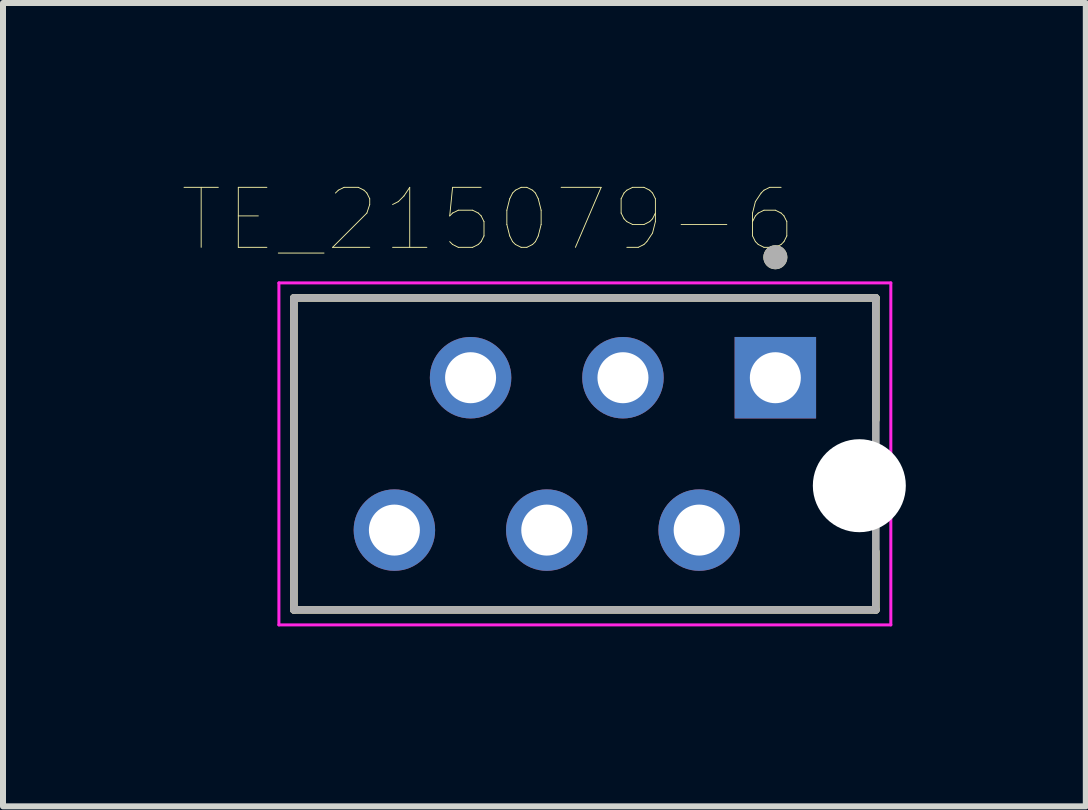
<source format=kicad_pcb>
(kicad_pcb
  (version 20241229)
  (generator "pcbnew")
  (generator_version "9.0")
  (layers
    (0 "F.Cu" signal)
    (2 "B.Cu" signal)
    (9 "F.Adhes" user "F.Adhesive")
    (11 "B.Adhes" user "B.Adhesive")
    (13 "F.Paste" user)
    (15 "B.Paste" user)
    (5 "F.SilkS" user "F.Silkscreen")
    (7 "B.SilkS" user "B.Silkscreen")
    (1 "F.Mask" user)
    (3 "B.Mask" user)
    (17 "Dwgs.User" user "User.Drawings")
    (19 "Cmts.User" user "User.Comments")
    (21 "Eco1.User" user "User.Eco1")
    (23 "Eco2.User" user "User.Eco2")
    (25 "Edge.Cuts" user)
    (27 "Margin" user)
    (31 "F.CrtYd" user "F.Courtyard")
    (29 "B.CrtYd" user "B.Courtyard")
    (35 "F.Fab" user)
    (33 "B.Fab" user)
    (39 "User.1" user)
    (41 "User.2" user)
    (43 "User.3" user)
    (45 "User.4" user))
  (footprint "TE_215079-6"
    (layer "F.Cu")
    (at 9.874 3.246)
    (property "Reference" "TE_215079-6" (at -4.785 -2.635 0) (layer "F.SilkS") (effects (font (size 1 1) (thickness 0.015))))
    (attr through_hole)
    (fp_line (start -8.025 -1.33) (end 1.675 -1.33) (stroke (width 0.127) (type solid)) (layer "F.SilkS"))
    (fp_line (start -8.025 3.87) (end -8.025 -1.33) (stroke (width 0.127) (type solid)) (layer "F.SilkS"))
    (fp_line (start 1.675 -1.33) (end 1.675 0.7) (stroke (width 0.127) (type solid)) (layer "F.SilkS"))
    (fp_line (start 1.675 2.9) (end 1.675 3.87) (stroke (width 0.127) (type solid)) (layer "F.SilkS"))
    (fp_line (start 1.675 3.87) (end -8.025 3.87) (stroke (width 0.127) (type solid)) (layer "F.SilkS"))
    (fp_circle (center 0 -2.008) (end 0.1 -2.008) (stroke (width 0.2) (type solid)) (fill no) (layer "F.SilkS"))
    (fp_line (start -8.275 -1.58) (end 1.925 -1.58) (stroke (width 0.05) (type solid)) (layer "F.CrtYd"))
    (fp_line (start -8.275 4.12) (end -8.275 -1.58) (stroke (width 0.05) (type solid)) (layer "F.CrtYd"))
    (fp_line (start 1.925 -1.58) (end 1.925 4.12) (stroke (width 0.05) (type solid)) (layer "F.CrtYd"))
    (fp_line (start 1.925 4.12) (end -8.275 4.12) (stroke (width 0.05) (type solid)) (layer "F.CrtYd"))
    (fp_line (start -8.025 -1.33) (end 1.675 -1.33) (stroke (width 0.127) (type solid)) (layer "F.Fab"))
    (fp_line (start -8.025 3.87) (end -8.025 -1.33) (stroke (width 0.127) (type solid)) (layer "F.Fab"))
    (fp_line (start 1.675 -1.33) (end 1.675 3.87) (stroke (width 0.127) (type solid)) (layer "F.Fab"))
    (fp_line (start 1.675 3.87) (end -8.025 3.87) (stroke (width 0.127) (type solid)) (layer "F.Fab"))
    (fp_circle (center 0 -2.008) (end 0.1 -2.008) (stroke (width 0.2) (type solid)) (fill no) (layer "F.Fab"))
    (pad "" np_thru_hole circle (at 1.4 1.8) (size 1.55 1.55) (drill 1.55) (layers "*.Cu" "*.Mask"))
    (pad "1" thru_hole rect (at 0 0) (size 1.358 1.358) (drill 0.85) (layers "*.Cu" "*.Mask"))
    (pad "2" thru_hole circle (at -1.27 2.54) (size 1.358 1.358) (drill 0.85) (layers "*.Cu" "*.Mask"))
    (pad "3" thru_hole circle (at -2.54 0) (size 1.358 1.358) (drill 0.85) (layers "*.Cu" "*.Mask"))
    (pad "4" thru_hole circle (at -3.81 2.54) (size 1.358 1.358) (drill 0.85) (layers "*.Cu" "*.Mask"))
    (pad "5" thru_hole circle (at -5.08 0) (size 1.358 1.358) (drill 0.85) (layers "*.Cu" "*.Mask"))
    (pad "6" thru_hole circle (at -6.35 2.54) (size 1.358 1.358) (drill 0.85) (layers "*.Cu" "*.Mask")))
  (gr_rect
    (start -3 -3)
    (end 15.049 10.391)
    (stroke (width 0.1) (type default))
    (fill no)
    (layer "Edge.Cuts")))
</source>
